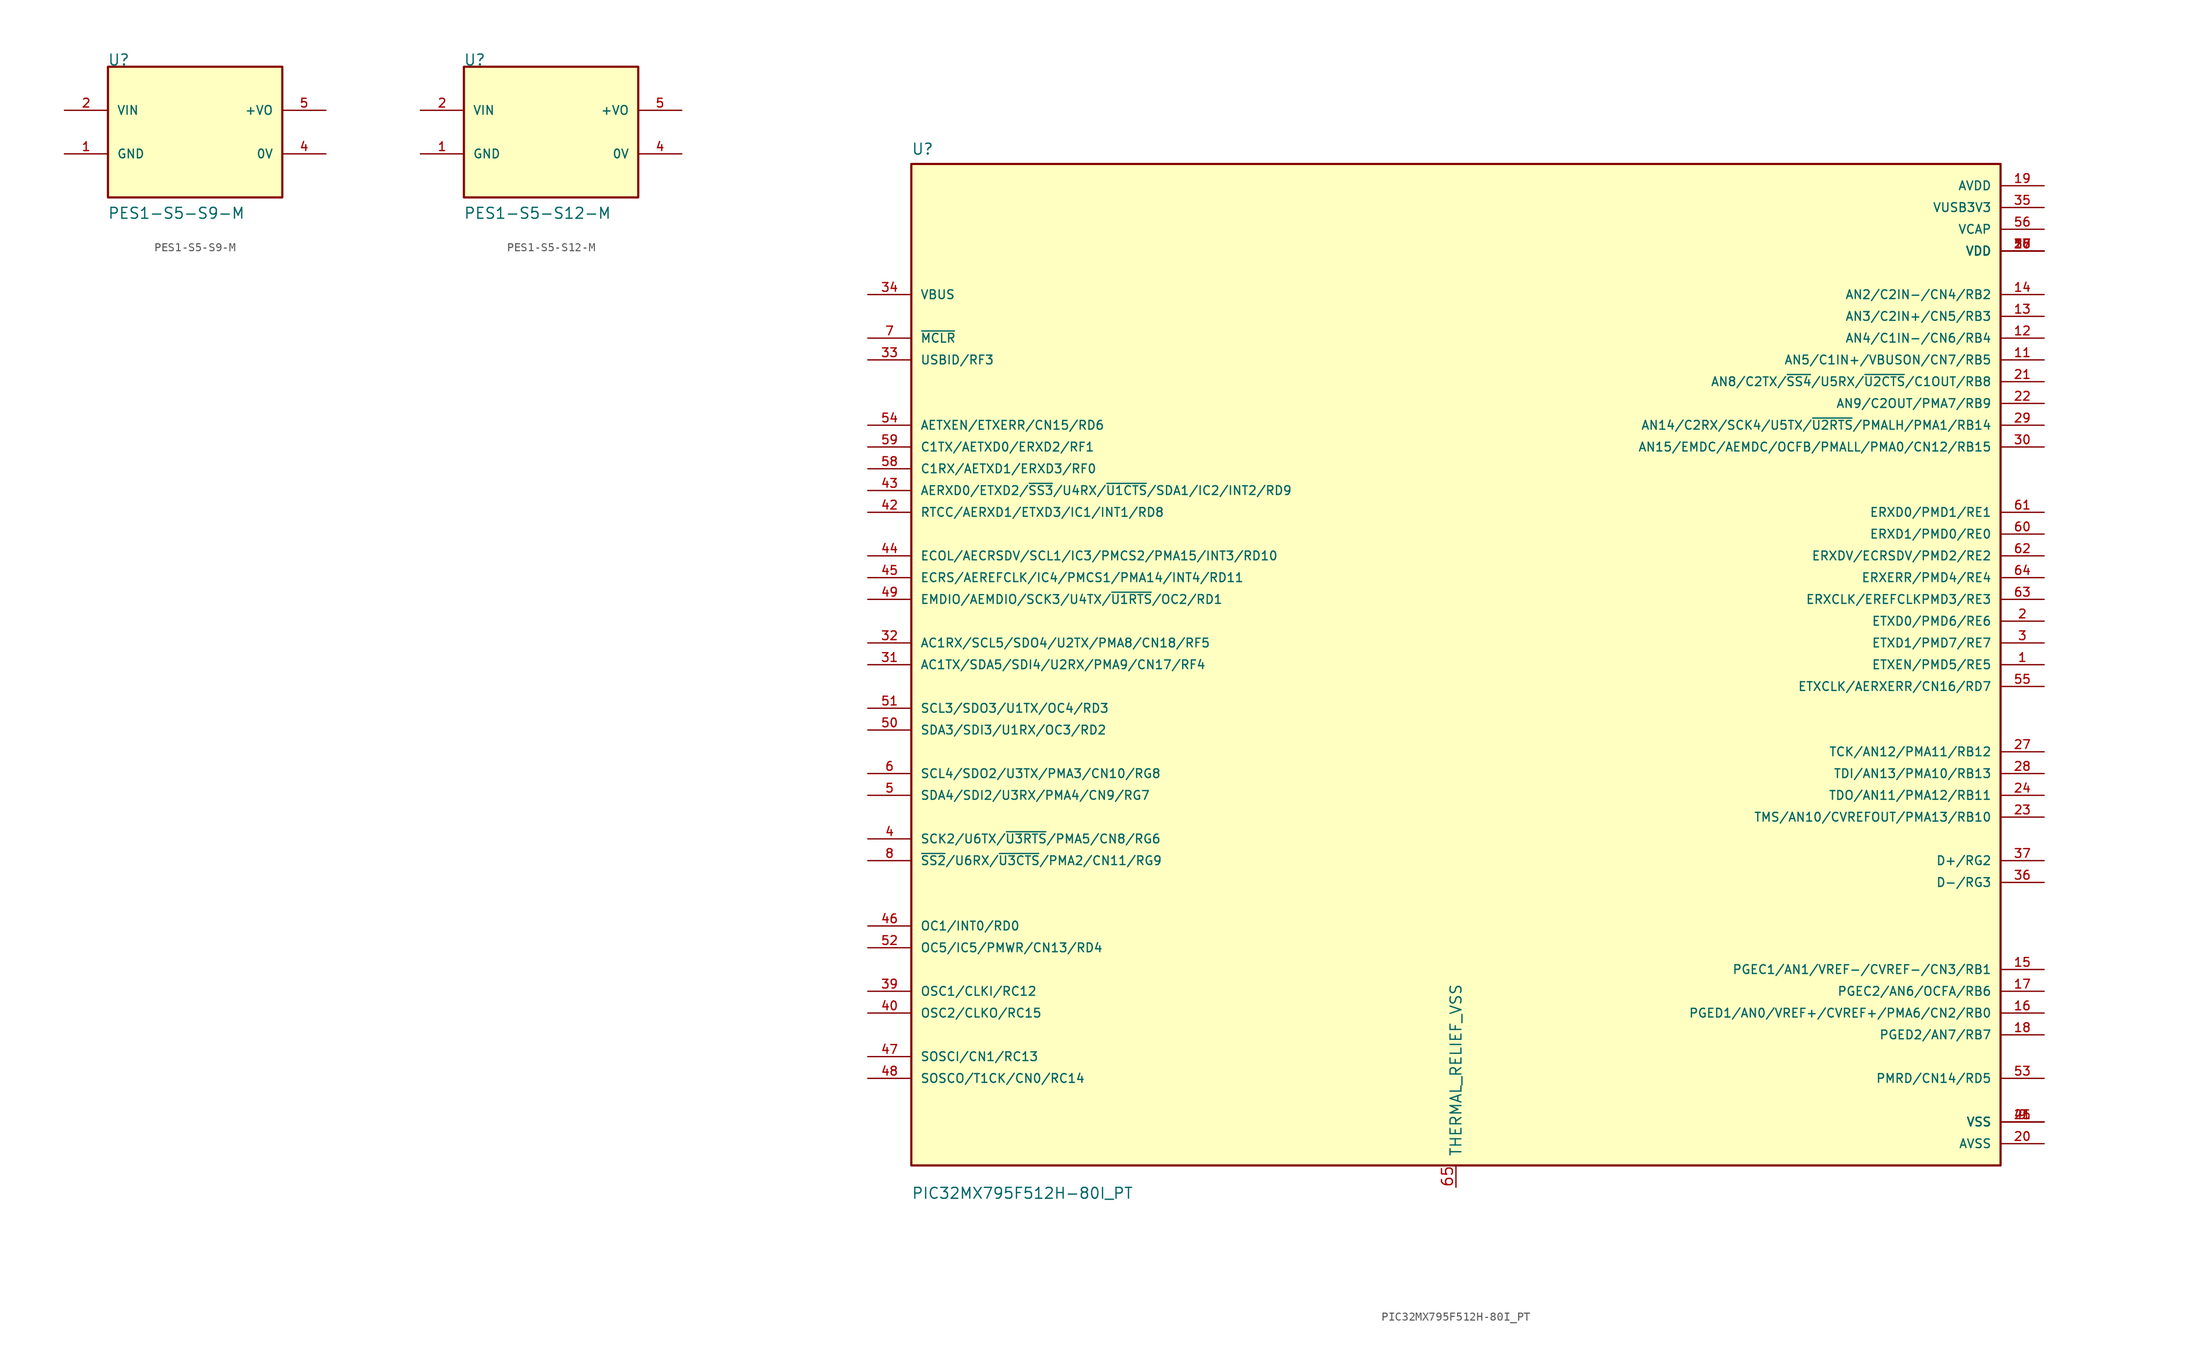
<source format=kicad_sym>
(kicad_symbol_lib
  (version 20241209)
  (generator "kicad_symbol_editor")
  (generator_version "9.0")
  (symbol "PES1-S5-S9-M"
    (pin_names
      (offset 1.016))
    (property "Reference" "U"
      (at -10.211 7.671 0)
      (effects (font (size 1.27 1.27)) (justify left bottom)))
    (property "Value" "PES1-S5-S9-M"
      (at -10.211 -10.211 0)
      (effects (font (size 1.27 1.27)) (justify left bottom)))
    (property "ki_locked" ""
      (at 0 0 0)
      (effects (font (size 1.27 1.27))))
    (symbol "PES1-S5-S9-M_0_0"
      (rectangle (start -10.16 -7.62) (end 10.16 7.62) (stroke (width 0.254) (type solid)) (fill (type background)))
      (pin input line (at -15.24 2.54 0) (length 5.08) (name "VIN" (effects (font (size 1.016 1.016)))) (number "2" (effects (font (size 1.016 1.016)))))
      (pin power_in line (at -15.24 -2.54 0) (length 5.08) (name "GND" (effects (font (size 1.016 1.016)))) (number "1" (effects (font (size 1.016 1.016)))))
      (pin output line (at 15.24 2.54 180) (length 5.08) (name "+VO" (effects (font (size 1.016 1.016)))) (number "5" (effects (font (size 1.016 1.016)))))
      (pin power_in line (at 15.24 -2.54 180) (length 5.08) (name "0V" (effects (font (size 1.016 1.016)))) (number "4" (effects (font (size 1.016 1.016)))))))
  (symbol "PES1-S5-S12-M"
    (pin_names
      (offset 1.016))
    (property "Reference" "U"
      (at -10.211 7.671 0)
      (effects (font (size 1.27 1.27)) (justify left bottom)))
    (property "Value" "PES1-S5-S12-M"
      (at -10.211 -10.211 0)
      (effects (font (size 1.27 1.27)) (justify left bottom)))
    (property "ki_locked" ""
      (at 0 0 0)
      (effects (font (size 1.27 1.27))))
    (symbol "PES1-S5-S12-M_0_0"
      (rectangle (start -10.16 -7.62) (end 10.16 7.62) (stroke (width 0.254) (type solid)) (fill (type background)))
      (pin input line (at -15.24 2.54 0) (length 5.08) (name "VIN" (effects (font (size 1.016 1.016)))) (number "2" (effects (font (size 1.016 1.016)))))
      (pin power_in line (at -15.24 -2.54 0) (length 5.08) (name "GND" (effects (font (size 1.016 1.016)))) (number "1" (effects (font (size 1.016 1.016)))))
      (pin output line (at 15.24 2.54 180) (length 5.08) (name "+VO" (effects (font (size 1.016 1.016)))) (number "5" (effects (font (size 1.016 1.016)))))
      (pin power_in line (at 15.24 -2.54 180) (length 5.08) (name "0V" (effects (font (size 1.016 1.016)))) (number "4" (effects (font (size 1.016 1.016)))))))
  (symbol "PIC32MX795F512H-80I_PT"
    (pin_names
      (offset 1.016))
    (property "Reference" "U"
      (at -63.5 59.411 0)
      (effects (font (size 1.27 1.27)) (justify left bottom)))
    (property "Value" "PIC32MX795F512H-80I_PT"
      (at -63.5 -62.408 0)
      (effects (font (size 1.27 1.27)) (justify left bottom)))
    (property "ki_locked" ""
      (at 0 0 0)
      (effects (font (size 1.27 1.27))))
    (symbol "PIC32MX795F512H-80I_PT_0_0"
      (rectangle (start -63.5 -58.42) (end 63.5 58.42) (stroke (width 0.254) (type solid)) (fill (type background)))
      (pin input line (at -68.58 43.18 0) (length 5.08) (name "VBUS" (effects (font (size 1.016 1.016)))) (number "34" (effects (font (size 1.016 1.016)))))
      (pin input line (at -68.58 38.1 0) (length 5.08) (name "~{MCLR}" (effects (font (size 1.016 1.016)))) (number "7" (effects (font (size 1.016 1.016)))))
      (pin bidirectional line (at -68.58 35.56 0) (length 5.08) (name "USBID/RF3" (effects (font (size 1.016 1.016)))) (number "33" (effects (font (size 1.016 1.016)))))
      (pin bidirectional line (at -68.58 27.94 0) (length 5.08) (name "AETXEN/ETXERR/CN15/RD6" (effects (font (size 1.016 1.016)))) (number "54" (effects (font (size 1.016 1.016)))))
      (pin bidirectional line (at -68.58 25.4 0) (length 5.08) (name "C1TX/AETXD0/ERXD2/RF1" (effects (font (size 1.016 1.016)))) (number "59" (effects (font (size 1.016 1.016)))))
      (pin bidirectional line (at -68.58 22.86 0) (length 5.08) (name "C1RX/AETXD1/ERXD3/RF0" (effects (font (size 1.016 1.016)))) (number "58" (effects (font (size 1.016 1.016)))))
      (pin input line (at -68.58 20.32 0) (length 5.08) (name "AERXD0/ETXD2/~{SS3}/U4RX/~{U1CTS}/SDA1/IC2/INT2/RD9" (effects (font (size 1.016 1.016)))) (number "43" (effects (font (size 1.016 1.016)))))
      (pin input line (at -68.58 17.78 0) (length 5.08) (name "RTCC/AERXD1/ETXD3/IC1/INT1/RD8" (effects (font (size 1.016 1.016)))) (number "42" (effects (font (size 1.016 1.016)))))
      (pin input line (at -68.58 12.7 0) (length 5.08) (name "ECOL/AECRSDV/SCL1/IC3/PMCS2/PMA15/INT3/RD10" (effects (font (size 1.016 1.016)))) (number "44" (effects (font (size 1.016 1.016)))))
      (pin input line (at -68.58 10.16 0) (length 5.08) (name "ECRS/AEREFCLK/IC4/PMCS1/PMA14/INT4/RD11" (effects (font (size 1.016 1.016)))) (number "45" (effects (font (size 1.016 1.016)))))
      (pin bidirectional line (at -68.58 7.62 0) (length 5.08) (name "EMDIO/AEMDIO/SCK3/U4TX/~{U1RTS}/OC2/RD1" (effects (font (size 1.016 1.016)))) (number "49" (effects (font (size 1.016 1.016)))))
      (pin bidirectional line (at -68.58 2.54 0) (length 5.08) (name "AC1RX/SCL5/SDO4/U2TX/PMA8/CN18/RF5" (effects (font (size 1.016 1.016)))) (number "32" (effects (font (size 1.016 1.016)))))
      (pin bidirectional line (at -68.58 0 0) (length 5.08) (name "AC1TX/SDA5/SDI4/U2RX/PMA9/CN17/RF4" (effects (font (size 1.016 1.016)))) (number "31" (effects (font (size 1.016 1.016)))))
      (pin input line (at -68.58 -5.08 0) (length 5.08) (name "SCL3/SDO3/U1TX/OC4/RD3" (effects (font (size 1.016 1.016)))) (number "51" (effects (font (size 1.016 1.016)))))
      (pin bidirectional line (at -68.58 -7.62 0) (length 5.08) (name "SDA3/SDI3/U1RX/OC3/RD2" (effects (font (size 1.016 1.016)))) (number "50" (effects (font (size 1.016 1.016)))))
      (pin input line (at -68.58 -12.7 0) (length 5.08) (name "SCL4/SDO2/U3TX/PMA3/CN10/RG8" (effects (font (size 1.016 1.016)))) (number "6" (effects (font (size 1.016 1.016)))))
      (pin bidirectional line (at -68.58 -15.24 0) (length 5.08) (name "SDA4/SDI2/U3RX/PMA4/CN9/RG7" (effects (font (size 1.016 1.016)))) (number "5" (effects (font (size 1.016 1.016)))))
      (pin bidirectional line (at -68.58 -20.32 0) (length 5.08) (name "SCK2/U6TX/~{U3RTS}/PMA5/CN8/RG6" (effects (font (size 1.016 1.016)))) (number "4" (effects (font (size 1.016 1.016)))))
      (pin bidirectional line (at -68.58 -22.86 0) (length 5.08) (name "~{SS2}/U6RX/~{U3CTS}/PMA2/CN11/RG9" (effects (font (size 1.016 1.016)))) (number "8" (effects (font (size 1.016 1.016)))))
      (pin input line (at -68.58 -30.48 0) (length 5.08) (name "OC1/INT0/RD0" (effects (font (size 1.016 1.016)))) (number "46" (effects (font (size 1.016 1.016)))))
      (pin bidirectional line (at -68.58 -33.02 0) (length 5.08) (name "OC5/IC5/PMWR/CN13/RD4" (effects (font (size 1.016 1.016)))) (number "52" (effects (font (size 1.016 1.016)))))
      (pin bidirectional line (at -68.58 -38.1 0) (length 5.08) (name "OSC1/CLKI/RC12" (effects (font (size 1.016 1.016)))) (number "39" (effects (font (size 1.016 1.016)))))
      (pin bidirectional line (at -68.58 -40.64 0) (length 5.08) (name "OSC2/CLKO/RC15" (effects (font (size 1.016 1.016)))) (number "40" (effects (font (size 1.016 1.016)))))
      (pin bidirectional line (at -68.58 -45.72 0) (length 5.08) (name "SOSCI/CN1/RC13" (effects (font (size 1.016 1.016)))) (number "47" (effects (font (size 1.016 1.016)))))
      (pin bidirectional line (at -68.58 -48.26 0) (length 5.08) (name "SOSCO/T1CK/CN0/RC14" (effects (font (size 1.016 1.016)))) (number "48" (effects (font (size 1.016 1.016)))))
      (pin power_in line (at 68.58 55.88 180) (length 5.08) (name "AVDD" (effects (font (size 1.016 1.016)))) (number "19" (effects (font (size 1.016 1.016)))))
      (pin power_in line (at 68.58 53.34 180) (length 5.08) (name "VUSB3V3" (effects (font (size 1.016 1.016)))) (number "35" (effects (font (size 1.016 1.016)))))
      (pin power_in line (at 68.58 50.8 180) (length 5.08) (name "VCAP" (effects (font (size 1.016 1.016)))) (number "56" (effects (font (size 1.016 1.016)))))
      (pin power_in line (at 68.58 48.26 180) (length 5.08) (name "VDD" (effects (font (size 1.016 1.016)))) (number "10" (effects (font (size 1.016 1.016)))))
      (pin power_in line (at 68.58 48.26 180) (length 5.08) (name "VDD" (effects (font (size 1.016 1.016)))) (number "26" (effects (font (size 1.016 1.016)))))
      (pin power_in line (at 68.58 48.26 180) (length 5.08) (name "VDD" (effects (font (size 1.016 1.016)))) (number "38" (effects (font (size 1.016 1.016)))))
      (pin power_in line (at 68.58 48.26 180) (length 5.08) (name "VDD" (effects (font (size 1.016 1.016)))) (number "57" (effects (font (size 1.016 1.016)))))
      (pin input line (at 68.58 43.18 180) (length 5.08) (name "AN2/C2IN-/CN4/RB2" (effects (font (size 1.016 1.016)))) (number "14" (effects (font (size 1.016 1.016)))))
      (pin input line (at 68.58 40.64 180) (length 5.08) (name "AN3/C2IN+/CN5/RB3" (effects (font (size 1.016 1.016)))) (number "13" (effects (font (size 1.016 1.016)))))
      (pin input line (at 68.58 38.1 180) (length 5.08) (name "AN4/C1IN-/CN6/RB4" (effects (font (size 1.016 1.016)))) (number "12" (effects (font (size 1.016 1.016)))))
      (pin input line (at 68.58 35.56 180) (length 5.08) (name "AN5/C1IN+/VBUSON/CN7/RB5" (effects (font (size 1.016 1.016)))) (number "11" (effects (font (size 1.016 1.016)))))
      (pin bidirectional line (at 68.58 33.02 180) (length 5.08) (name "AN8/C2TX/~{SS4}/U5RX/~{U2CTS}/C1OUT/RB8" (effects (font (size 1.016 1.016)))) (number "21" (effects (font (size 1.016 1.016)))))
      (pin bidirectional line (at 68.58 30.48 180) (length 5.08) (name "AN9/C2OUT/PMA7/RB9" (effects (font (size 1.016 1.016)))) (number "22" (effects (font (size 1.016 1.016)))))
      (pin bidirectional line (at 68.58 27.94 180) (length 5.08) (name "AN14/C2RX/SCK4/U5TX/~{U2RTS}/PMALH/PMA1/RB14" (effects (font (size 1.016 1.016)))) (number "29" (effects (font (size 1.016 1.016)))))
      (pin bidirectional line (at 68.58 25.4 180) (length 5.08) (name "AN15/EMDC/AEMDC/OCFB/PMALL/PMA0/CN12/RB15" (effects (font (size 1.016 1.016)))) (number "30" (effects (font (size 1.016 1.016)))))
      (pin bidirectional line (at 68.58 17.78 180) (length 5.08) (name "ERXD0/PMD1/RE1" (effects (font (size 1.016 1.016)))) (number "61" (effects (font (size 1.016 1.016)))))
      (pin bidirectional line (at 68.58 15.24 180) (length 5.08) (name "ERXD1/PMD0/RE0" (effects (font (size 1.016 1.016)))) (number "60" (effects (font (size 1.016 1.016)))))
      (pin bidirectional line (at 68.58 12.7 180) (length 5.08) (name "ERXDV/ECRSDV/PMD2/RE2" (effects (font (size 1.016 1.016)))) (number "62" (effects (font (size 1.016 1.016)))))
      (pin bidirectional line (at 68.58 10.16 180) (length 5.08) (name "ERXERR/PMD4/RE4" (effects (font (size 1.016 1.016)))) (number "64" (effects (font (size 1.016 1.016)))))
      (pin input line (at 68.58 7.62 180) (length 5.08) (name "ERXCLK/EREFCLKPMD3/RE3" (effects (font (size 1.016 1.016)))) (number "63" (effects (font (size 1.016 1.016)))))
      (pin bidirectional line (at 68.58 5.08 180) (length 5.08) (name "ETXD0/PMD6/RE6" (effects (font (size 1.016 1.016)))) (number "2" (effects (font (size 1.016 1.016)))))
      (pin bidirectional line (at 68.58 2.54 180) (length 5.08) (name "ETXD1/PMD7/RE7" (effects (font (size 1.016 1.016)))) (number "3" (effects (font (size 1.016 1.016)))))
      (pin bidirectional line (at 68.58 0 180) (length 5.08) (name "ETXEN/PMD5/RE5" (effects (font (size 1.016 1.016)))) (number "1" (effects (font (size 1.016 1.016)))))
      (pin input line (at 68.58 -2.54 180) (length 5.08) (name "ETXCLK/AERXERR/CN16/RD7" (effects (font (size 1.016 1.016)))) (number "55" (effects (font (size 1.016 1.016)))))
      (pin bidirectional line (at 68.58 -10.16 180) (length 5.08) (name "TCK/AN12/PMA11/RB12" (effects (font (size 1.016 1.016)))) (number "27" (effects (font (size 1.016 1.016)))))
      (pin bidirectional line (at 68.58 -12.7 180) (length 5.08) (name "TDI/AN13/PMA10/RB13" (effects (font (size 1.016 1.016)))) (number "28" (effects (font (size 1.016 1.016)))))
      (pin bidirectional line (at 68.58 -15.24 180) (length 5.08) (name "TDO/AN11/PMA12/RB11" (effects (font (size 1.016 1.016)))) (number "24" (effects (font (size 1.016 1.016)))))
      (pin bidirectional line (at 68.58 -17.78 180) (length 5.08) (name "TMS/AN10/CVREFOUT/PMA13/RB10" (effects (font (size 1.016 1.016)))) (number "23" (effects (font (size 1.016 1.016)))))
      (pin bidirectional line (at 68.58 -22.86 180) (length 5.08) (name "D+/RG2" (effects (font (size 1.016 1.016)))) (number "37" (effects (font (size 1.016 1.016)))))
      (pin bidirectional line (at 68.58 -25.4 180) (length 5.08) (name "D-/RG3" (effects (font (size 1.016 1.016)))) (number "36" (effects (font (size 1.016 1.016)))))
      (pin bidirectional line (at 68.58 -35.56 180) (length 5.08) (name "PGEC1/AN1/VREF-/CVREF-/CN3/RB1" (effects (font (size 1.016 1.016)))) (number "15" (effects (font (size 1.016 1.016)))))
      (pin bidirectional line (at 68.58 -38.1 180) (length 5.08) (name "PGEC2/AN6/OCFA/RB6" (effects (font (size 1.016 1.016)))) (number "17" (effects (font (size 1.016 1.016)))))
      (pin bidirectional line (at 68.58 -40.64 180) (length 5.08) (name "PGED1/AN0/VREF+/CVREF+/PMA6/CN2/RB0" (effects (font (size 1.016 1.016)))) (number "16" (effects (font (size 1.016 1.016)))))
      (pin bidirectional line (at 68.58 -43.18 180) (length 5.08) (name "PGED2/AN7/RB7" (effects (font (size 1.016 1.016)))) (number "18" (effects (font (size 1.016 1.016)))))
      (pin bidirectional line (at 68.58 -48.26 180) (length 5.08) (name "PMRD/CN14/RD5" (effects (font (size 1.016 1.016)))) (number "53" (effects (font (size 1.016 1.016)))))
      (pin power_in line (at 68.58 -53.34 180) (length 5.08) (name "VSS" (effects (font (size 1.016 1.016)))) (number "25" (effects (font (size 1.016 1.016)))))
      (pin power_in line (at 68.58 -53.34 180) (length 5.08) (name "VSS" (effects (font (size 1.016 1.016)))) (number "41" (effects (font (size 1.016 1.016)))))
      (pin power_in line (at 68.58 -53.34 180) (length 5.08) (name "VSS" (effects (font (size 1.016 1.016)))) (number "9" (effects (font (size 1.016 1.016)))))
      (pin power_in line (at 68.58 -55.88 180) (length 5.08) (name "AVSS" (effects (font (size 1.016 1.016)))) (number "20" (effects (font (size 1.016 1.016))))))
    (symbol "PIC32MX795F512H-80I_PT_1_1"
      (pin power_in line (at 0 -60.96 90) (length 2.54) (name "THERMAL_RELIEF_VSS" (effects (font (size 1.27 1.27)))) (number "65" (effects (font (size 1.27 1.27))))))))
</source>
